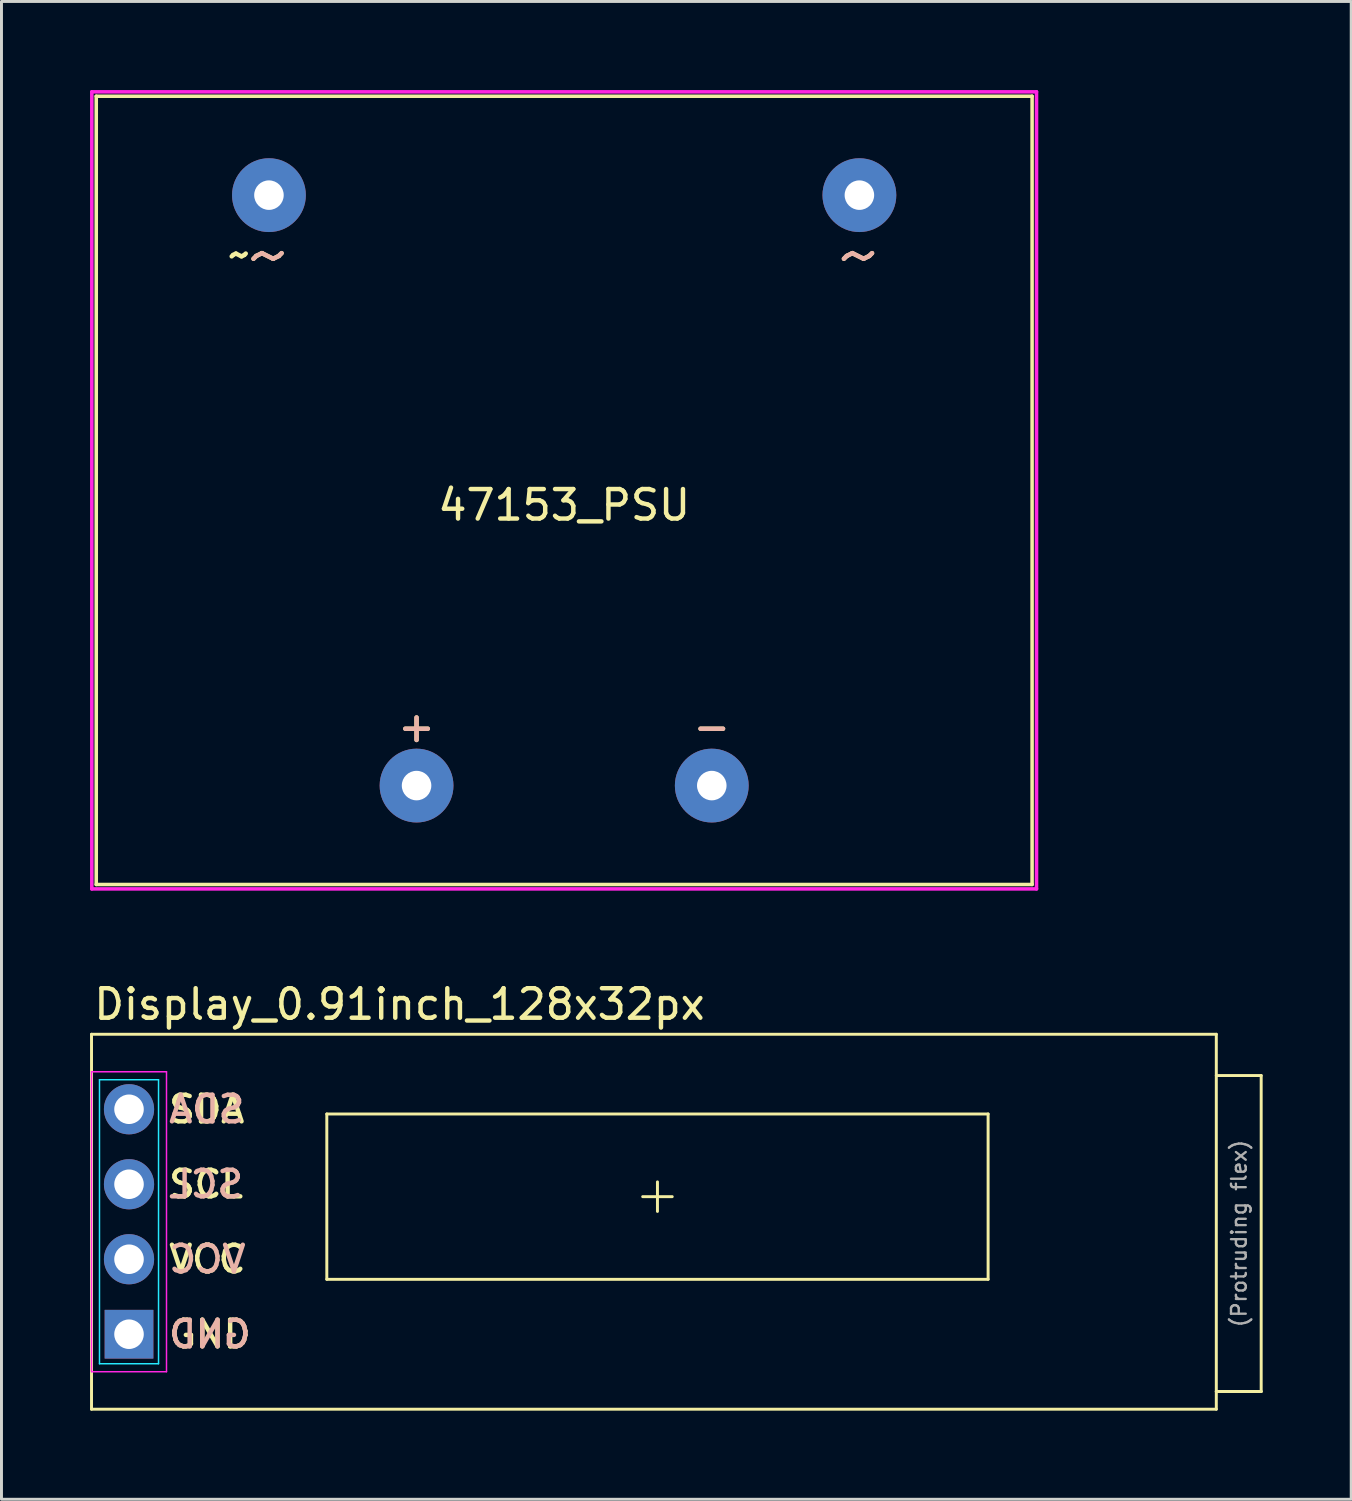
<source format=kicad_pcb>
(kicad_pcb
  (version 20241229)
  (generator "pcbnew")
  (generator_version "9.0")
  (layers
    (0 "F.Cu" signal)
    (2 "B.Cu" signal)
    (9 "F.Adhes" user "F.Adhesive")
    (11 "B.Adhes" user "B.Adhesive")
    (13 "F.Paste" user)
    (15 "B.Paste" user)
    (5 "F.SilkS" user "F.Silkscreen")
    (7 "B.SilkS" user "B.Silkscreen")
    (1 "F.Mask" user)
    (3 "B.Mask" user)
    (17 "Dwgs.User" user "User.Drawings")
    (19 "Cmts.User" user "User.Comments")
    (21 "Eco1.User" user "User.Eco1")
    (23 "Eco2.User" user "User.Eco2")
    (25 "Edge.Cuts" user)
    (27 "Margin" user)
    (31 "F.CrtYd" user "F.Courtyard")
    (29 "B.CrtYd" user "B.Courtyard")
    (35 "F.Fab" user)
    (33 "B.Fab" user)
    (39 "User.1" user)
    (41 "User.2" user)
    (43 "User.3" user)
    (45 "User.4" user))
  (footprint "47153_PSU"
    (layer "F.Cu")
    (at 16.06 13.56)
    (property "Reference" "47153_PSU" (at 0 0.5 180) (layer "F.SilkS") (effects (font (size 1 1) (thickness 0.15))))
    (attr through_hole)
    (fp_line (start -15.85 -13.35) (end 15.85 -13.35) (stroke (width 0.12) (type solid)) (layer "F.SilkS"))
    (fp_line (start -15.85 13.35) (end -15.85 -13.35) (stroke (width 0.12) (type solid)) (layer "F.SilkS"))
    (fp_line (start -15.85 13.35) (end 15.85 13.35) (stroke (width 0.12) (type solid)) (layer "F.SilkS"))
    (fp_line (start 15.85 -13.35) (end 15.85 13.35) (stroke (width 0.12) (type solid)) (layer "F.SilkS"))
    (fp_line (start -16 -13.5) (end -16 13.5) (stroke (width 0.12) (type solid)) (layer "F.CrtYd"))
    (fp_line (start -16 13.5) (end 16 13.5) (stroke (width 0.12) (type solid)) (layer "F.CrtYd"))
    (fp_line (start 16 -13.5) (end -16 -13.5) (stroke (width 0.12) (type solid)) (layer "F.CrtYd"))
    (fp_line (start 16 13.5) (end 16 -13.5) (stroke (width 0.12) (type solid)) (layer "F.CrtYd"))
    (fp_text user "+" (at -5 8 180) (layer "F.SilkS") (effects (font (size 1 1) (thickness 0.15))))
    (fp_text user "~" (at 10 -8 180) (layer "F.SilkS") (effects (font (size 2 2) (thickness 0.15))))
    (fp_text user "~" (at -10 -8 180) (layer "F.SilkS") (effects (font (size 2 2) (thickness 0.15))))
    (fp_text user "~" (at -11 -8 180) (layer "F.SilkS") (effects (font (size 1 1) (thickness 0.15))))
    (fp_text user "-" (at 5 8 180) (layer "F.SilkS") (effects (font (size 1 1) (thickness 0.15))))
    (fp_text user "+" (at -5 8 180) (layer "B.SilkS") (effects (font (size 1 1) (thickness 0.15))))
    (fp_text user "~" (at 10 -8 180) (layer "B.SilkS") (effects (font (size 2 2) (thickness 0.15))))
    (fp_text user "~" (at -10 -8 180) (layer "B.SilkS") (effects (font (size 2 2) (thickness 0.15))))
    (fp_text user "-" (at 5 8 180) (layer "B.SilkS") (effects (font (size 1 1) (thickness 0.15))))
    (pad "1" thru_hole circle (at 10 -10) (size 2.5 2.5) (drill 1) (layers "*.Cu" "*.Mask"))
    (pad "5" thru_hole circle (at -10 -10) (size 2.5 2.5) (drill 1) (layers "*.Cu" "*.Mask"))
    (pad "7" thru_hole circle (at -5 10) (size 2.5 2.5) (drill 1) (layers "*.Cu" "*.Mask"))
    (pad "9" thru_hole circle (at 5 10) (size 2.5 2.5) (drill 1) (layers "*.Cu" "*.Mask")))
  (footprint "Display_0.91inch_128x32px"
    (layer "F.Cu")
    (at 19.22 37.484)
    (property "Reference" "Display_0.91inch_128x32px" (at -19.17 -6.516 0) (layer "F.SilkS") (effects (font (size 1 1) (thickness 0.15)) (justify left)))
    (attr through_hole)
    (fp_line (start -19.17 -5.5) (end 18.93 -5.5) (stroke (width 0.1) (type solid)) (layer "F.SilkS"))
    (fp_line (start -19.17 7.2) (end -19.17 -5.5) (stroke (width 0.1) (type solid)) (layer "F.SilkS"))
    (fp_line (start -19.17 7.2) (end 18.93 7.2) (stroke (width 0.1) (type solid)) (layer "F.SilkS"))
    (fp_line (start -11.2 -2.8) (end -11.2 2.8) (stroke (width 0.1) (type solid)) (layer "F.SilkS"))
    (fp_line (start -11.2 2.8) (end 11.2 2.8) (stroke (width 0.1) (type solid)) (layer "F.SilkS"))
    (fp_line (start -0.5 0) (end 0.5 0) (stroke (width 0.1) (type solid)) (layer "F.SilkS"))
    (fp_line (start 0 -0.5) (end 0 0.5) (stroke (width 0.1) (type solid)) (layer "F.SilkS"))
    (fp_line (start 11.2 -2.8) (end -11.2 -2.8) (stroke (width 0.1) (type solid)) (layer "F.SilkS"))
    (fp_line (start 11.2 2.8) (end 11.2 -2.8) (stroke (width 0.1) (type solid)) (layer "F.SilkS"))
    (fp_line (start 18.93 -5.5) (end 18.93 7.2) (stroke (width 0.1) (type solid)) (layer "F.SilkS"))
    (fp_line (start 18.93 6.6) (end 20.45 6.6) (stroke (width 0.1) (type solid)) (layer "F.SilkS"))
    (fp_line (start 20.45 -4.103) (end 18.93 -4.103) (stroke (width 0.1) (type solid)) (layer "F.SilkS"))
    (fp_line (start 20.45 -4.103) (end 20.45 6.6) (stroke (width 0.1) (type solid)) (layer "F.SilkS"))
    (fp_line (start 20.45 6.6) (end 18.93 6.6) (stroke (width 0.1) (type solid)) (layer "F.SilkS"))
    (fp_line (start -13.3 -4.9) (end 16.7 -4.9) (stroke (width 0.1) (type solid)) (layer "Eco2.User"))
    (fp_line (start -13.3 6.6) (end -13.3 -4.9) (stroke (width 0.1) (type solid)) (layer "Eco2.User"))
    (fp_line (start -12.2 -3.8) (end 12.2 -3.8) (stroke (width 0.1) (type solid)) (layer "Eco2.User"))
    (fp_line (start -12.2 3.8) (end -12.2 -3.8) (stroke (width 0.1) (type solid)) (layer "Eco2.User"))
    (fp_line (start -11.2 -2.8) (end 11.2 -2.8) (stroke (width 0.1) (type solid)) (layer "Eco2.User"))
    (fp_line (start -11.2 2.8) (end -11.2 -2.8) (stroke (width 0.1) (type solid)) (layer "Eco2.User"))
    (fp_line (start 11.2 -2.8) (end 11.2 2.8) (stroke (width 0.1) (type solid)) (layer "Eco2.User"))
    (fp_line (start 11.2 2.8) (end -11.2 2.8) (stroke (width 0.1) (type solid)) (layer "Eco2.User"))
    (fp_line (start 12.2 -3.8) (end 12.2 3.8) (stroke (width 0.1) (type solid)) (layer "Eco2.User"))
    (fp_line (start 12.2 3.8) (end -12.2 3.8) (stroke (width 0.1) (type solid)) (layer "Eco2.User"))
    (fp_line (start 16.7 -4.9) (end 16.7 6.6) (stroke (width 0.1) (type solid)) (layer "Eco2.User"))
    (fp_line (start 16.7 6.6) (end -13.3 6.6) (stroke (width 0.1) (type solid)) (layer "Eco2.User"))
    (fp_line (start -18.9 -3.96) (end -18.9 5.66) (stroke (width 0.05) (type solid)) (layer "B.CrtYd"))
    (fp_line (start -18.9 5.66) (end -16.9 5.66) (stroke (width 0.05) (type solid)) (layer "B.CrtYd"))
    (fp_line (start -16.9 -3.96) (end -18.9 -3.96) (stroke (width 0.05) (type solid)) (layer "B.CrtYd"))
    (fp_line (start -16.9 5.66) (end -16.9 -3.96) (stroke (width 0.05) (type solid)) (layer "B.CrtYd"))
    (fp_line (start -19.17 -4.23) (end -19.17 5.93) (stroke (width 0.05) (type solid)) (layer "F.CrtYd"))
    (fp_line (start -19.17 5.93) (end -16.63 5.93) (stroke (width 0.05) (type solid)) (layer "F.CrtYd"))
    (fp_line (start -16.63 -4.23) (end -19.17 -4.23) (stroke (width 0.05) (type solid)) (layer "F.CrtYd"))
    (fp_line (start -16.63 5.93) (end -16.63 -4.23) (stroke (width 0.05) (type solid)) (layer "F.CrtYd"))
    (fp_text user "GND" (at -16.63 4.66 180) (layer "F.SilkS") (effects (font (size 0.9 0.9) (thickness 0.15)) (justify left)))
    (fp_text user "VCC" (at -16.63 2.12 180) (layer "F.SilkS") (effects (font (size 0.9 0.9) (thickness 0.15)) (justify left)))
    (fp_text user "SCL" (at -16.63 -0.42 180) (layer "F.SilkS") (effects (font (size 0.9 0.9) (thickness 0.15)) (justify left)))
    (fp_text user "SDA" (at -16.63 -2.96 180) (layer "F.SilkS") (effects (font (size 0.9 0.9) (thickness 0.15)) (justify left)))
    (fp_text user "GND" (at -16.63 4.66 180) (layer "B.SilkS") (effects (font (size 0.9 0.9) (thickness 0.15)) (justify right mirror)))
    (fp_text user "SCL" (at -16.63 -0.42 180) (layer "B.SilkS") (effects (font (size 0.9 0.9) (thickness 0.15)) (justify right mirror)))
    (fp_text user "SDA" (at -16.63 -2.96 180) (layer "B.SilkS") (effects (font (size 0.9 0.9) (thickness 0.15)) (justify right mirror)))
    (fp_text user "VCC" (at -16.63 2.12 180) (layer "B.SilkS") (effects (font (size 0.9 0.9) (thickness 0.15)) (justify right mirror)))
    (fp_text user "Active area" (at -11.1 -2.4 0) (layer "Eco2.User") (effects (font (size 0.5 0.5) (thickness 0.075)) (justify left)))
    (fp_text user "Glass pane" (at -13.2 -4.5 0) (layer "Eco2.User") (effects (font (size 0.5 0.5) (thickness 0.075)) (justify left)))
    (fp_text user "View area" (at -12.1 -3.4 0) (layer "Eco2.User") (effects (font (size 0.5 0.5) (thickness 0.075)) (justify left)))
    (fp_text user "(Protruding flex)" (at 19.7 1.25 90) (layer "F.Fab") (effects (font (size 0.5 0.5) (thickness 0.08))))
    (pad "1" thru_hole rect (at -17.9 4.66) (size 1.65 1.65) (drill 1) (layers "*.Cu" "*.Mask"))
    (pad "2" thru_hole circle (at -17.9 2.12) (size 1.7 1.7) (drill 1) (layers "*.Cu" "*.Mask"))
    (pad "3" thru_hole circle (at -17.9 -0.42) (size 1.7 1.7) (drill 1) (layers "*.Cu" "*.Mask"))
    (pad "4" thru_hole circle (at -17.9 -2.96) (size 1.7 1.7) (drill 1) (layers "*.Cu" "*.Mask")))
  (gr_rect
    (start -3 -3)
    (end 42.72 47.734)
    (stroke (width 0.1) (type default))
    (fill no)
    (layer "Edge.Cuts")))
</source>
